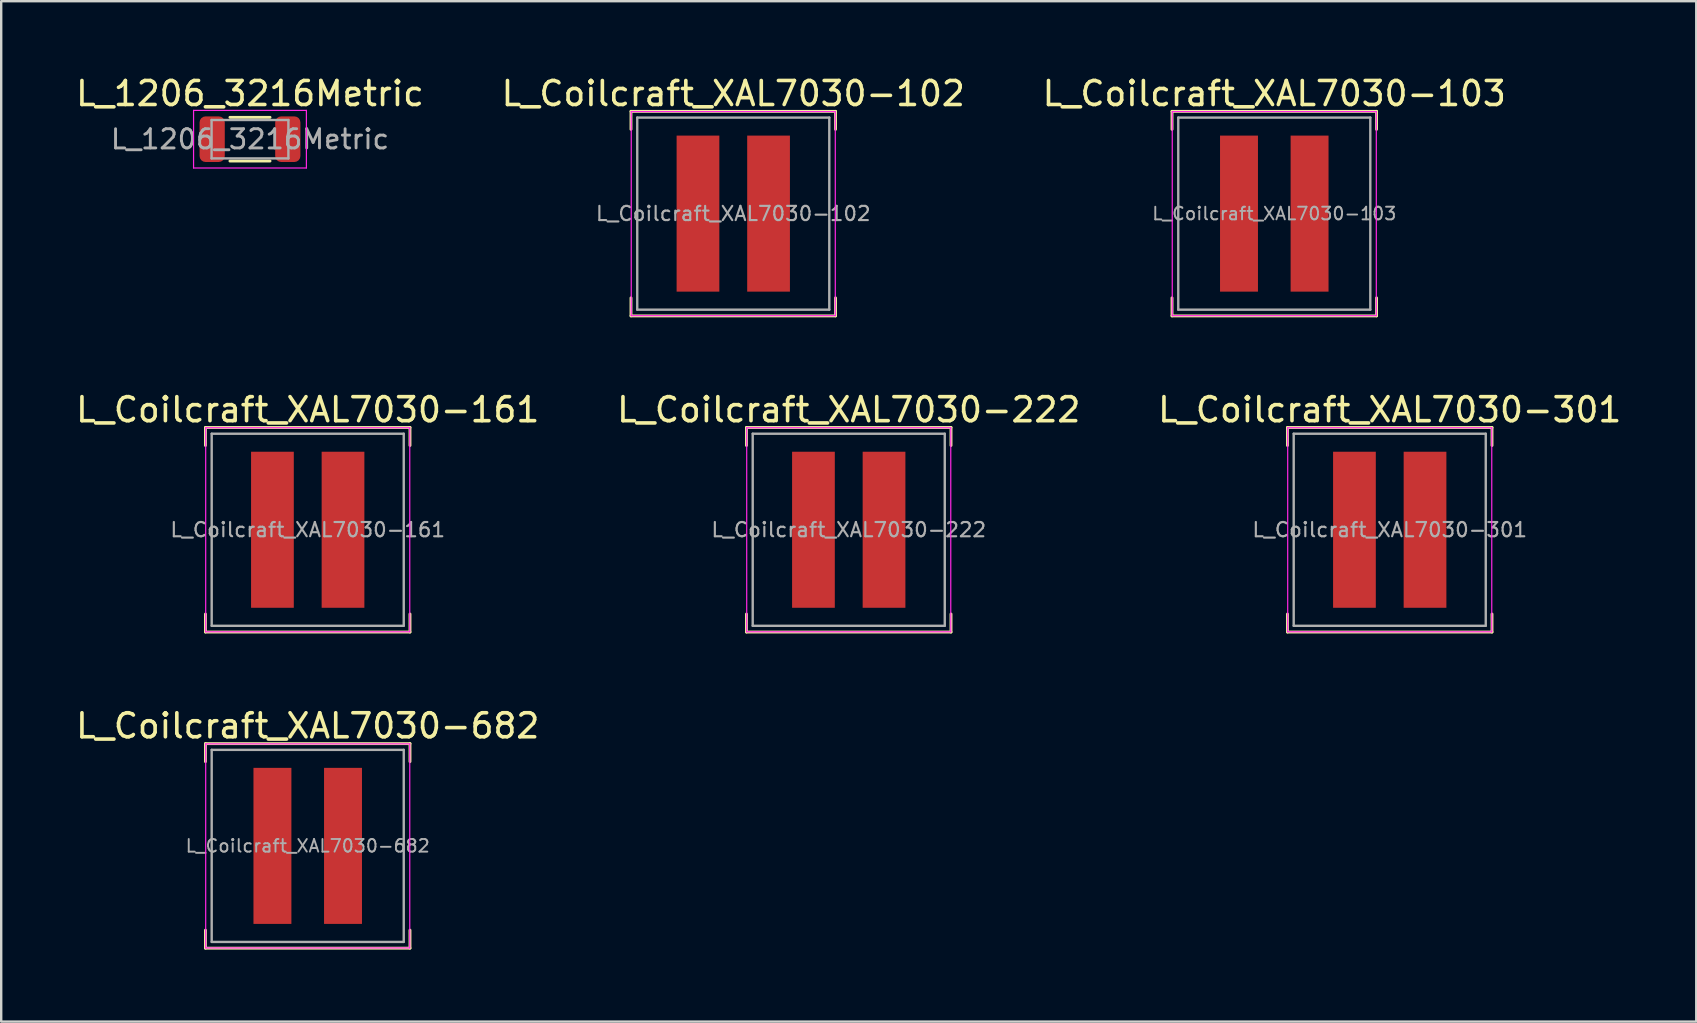
<source format=kicad_pcb>
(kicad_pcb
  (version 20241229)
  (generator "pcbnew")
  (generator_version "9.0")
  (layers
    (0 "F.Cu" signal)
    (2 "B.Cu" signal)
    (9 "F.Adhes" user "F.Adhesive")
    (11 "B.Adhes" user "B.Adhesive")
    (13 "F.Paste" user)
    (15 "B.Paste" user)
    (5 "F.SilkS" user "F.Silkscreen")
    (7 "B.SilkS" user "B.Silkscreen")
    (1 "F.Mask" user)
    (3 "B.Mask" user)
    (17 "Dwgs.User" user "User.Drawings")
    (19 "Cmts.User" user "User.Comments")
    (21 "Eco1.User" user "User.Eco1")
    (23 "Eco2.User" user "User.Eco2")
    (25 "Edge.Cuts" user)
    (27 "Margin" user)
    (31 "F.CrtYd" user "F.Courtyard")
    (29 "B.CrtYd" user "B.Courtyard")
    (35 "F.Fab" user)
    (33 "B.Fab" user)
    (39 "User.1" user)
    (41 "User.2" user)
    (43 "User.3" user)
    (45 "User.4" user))
  (footprint "L_Coilcraft_XAL7030-682"
    (layer "F.Cu")
    (at 9.768 32.185)
    (property "Reference" "L_Coilcraft_XAL7030-682" (at 0 -5 0) (layer "F.SilkS") (effects (font (size 1 1) (thickness 0.15))))
    (attr smd)
    (fp_line (start -4.26 -4.26) (end -4.26 -3.51) (stroke (width 0.12) (type solid)) (layer "F.SilkS"))
    (fp_line (start -4.26 -4.26) (end 4.26 -4.26) (stroke (width 0.12) (type solid)) (layer "F.SilkS"))
    (fp_line (start -4.26 4.26) (end -4.26 3.51) (stroke (width 0.12) (type solid)) (layer "F.SilkS"))
    (fp_line (start -4.26 4.26) (end 4.26 4.26) (stroke (width 0.12) (type solid)) (layer "F.SilkS"))
    (fp_line (start 4.26 -4.26) (end 4.26 -3.51) (stroke (width 0.12) (type solid)) (layer "F.SilkS"))
    (fp_line (start 4.26 4.26) (end 4.26 3.51) (stroke (width 0.12) (type solid)) (layer "F.SilkS"))
    (fp_line (start -4.25 -4.25) (end -4.25 4.25) (stroke (width 0.05) (type solid)) (layer "F.CrtYd"))
    (fp_line (start -4.25 4.25) (end 4.25 4.25) (stroke (width 0.05) (type solid)) (layer "F.CrtYd"))
    (fp_line (start 4.25 -4.25) (end -4.25 -4.25) (stroke (width 0.05) (type solid)) (layer "F.CrtYd"))
    (fp_line (start 4.25 4.25) (end 4.25 -4.25) (stroke (width 0.05) (type solid)) (layer "F.CrtYd"))
    (fp_line (start -4 -4) (end -4 4) (stroke (width 0.1) (type solid)) (layer "F.Fab"))
    (fp_line (start -4 4) (end 4 4) (stroke (width 0.1) (type solid)) (layer "F.Fab"))
    (fp_line (start 4 -4) (end -4 -4) (stroke (width 0.1) (type solid)) (layer "F.Fab"))
    (fp_line (start 4 4) (end 4 -4) (stroke (width 0.1) (type solid)) (layer "F.Fab"))
    (fp_text user "${REFERENCE}" (at 0 0 0) (layer "F.Fab") (effects (font (size 0.527 0.527) (thickness 0.079))))
    (pad "1" smd rect (at -1.47 0) (size 1.58 6.5) (layers "F.Cu" "F.Mask" "F.Paste"))
    (pad "2" smd rect (at 1.47 0) (size 1.58 6.5) (layers "F.Cu" "F.Mask" "F.Paste")))
  (footprint "L_Coilcraft_XAL7030-301"
    (layer "F.Cu")
    (at 54.839 19.017)
    (property "Reference" "L_Coilcraft_XAL7030-301" (at 0 -5 0) (layer "F.SilkS") (effects (font (size 1 1) (thickness 0.15))))
    (attr smd)
    (fp_line (start -4.26 -4.26) (end -4.26 -3.51) (stroke (width 0.12) (type solid)) (layer "F.SilkS"))
    (fp_line (start -4.26 -4.26) (end 4.26 -4.26) (stroke (width 0.12) (type solid)) (layer "F.SilkS"))
    (fp_line (start -4.26 4.26) (end -4.26 3.51) (stroke (width 0.12) (type solid)) (layer "F.SilkS"))
    (fp_line (start -4.26 4.26) (end 4.26 4.26) (stroke (width 0.12) (type solid)) (layer "F.SilkS"))
    (fp_line (start 4.26 -4.26) (end 4.26 -3.51) (stroke (width 0.12) (type solid)) (layer "F.SilkS"))
    (fp_line (start 4.26 4.26) (end 4.26 3.51) (stroke (width 0.12) (type solid)) (layer "F.SilkS"))
    (fp_line (start -4.25 -4.25) (end -4.25 4.25) (stroke (width 0.05) (type solid)) (layer "F.CrtYd"))
    (fp_line (start -4.25 4.25) (end 4.25 4.25) (stroke (width 0.05) (type solid)) (layer "F.CrtYd"))
    (fp_line (start 4.25 -4.25) (end -4.25 -4.25) (stroke (width 0.05) (type solid)) (layer "F.CrtYd"))
    (fp_line (start 4.25 4.25) (end 4.25 -4.25) (stroke (width 0.05) (type solid)) (layer "F.CrtYd"))
    (fp_line (start -4 -4) (end -4 4) (stroke (width 0.1) (type solid)) (layer "F.Fab"))
    (fp_line (start -4 4) (end 4 4) (stroke (width 0.1) (type solid)) (layer "F.Fab"))
    (fp_line (start 4 -4) (end -4 -4) (stroke (width 0.1) (type solid)) (layer "F.Fab"))
    (fp_line (start 4 4) (end 4 -4) (stroke (width 0.1) (type solid)) (layer "F.Fab"))
    (fp_text user "${REFERENCE}" (at 0 0 0) (layer "F.Fab") (effects (font (size 0.593 0.593) (thickness 0.089))))
    (pad "1" smd rect (at -1.47 0) (size 1.78 6.5) (layers "F.Cu" "F.Mask" "F.Paste"))
    (pad "2" smd rect (at 1.47 0) (size 1.78 6.5) (layers "F.Cu" "F.Mask" "F.Paste")))
  (footprint "L_Coilcraft_XAL7030-161"
    (layer "F.Cu")
    (at 9.768 19.017)
    (property "Reference" "L_Coilcraft_XAL7030-161" (at 0 -5 0) (layer "F.SilkS") (effects (font (size 1 1) (thickness 0.15))))
    (attr smd)
    (fp_line (start -4.26 -4.26) (end -4.26 -3.51) (stroke (width 0.12) (type solid)) (layer "F.SilkS"))
    (fp_line (start -4.26 -4.26) (end 4.26 -4.26) (stroke (width 0.12) (type solid)) (layer "F.SilkS"))
    (fp_line (start -4.26 4.26) (end -4.26 3.51) (stroke (width 0.12) (type solid)) (layer "F.SilkS"))
    (fp_line (start -4.26 4.26) (end 4.26 4.26) (stroke (width 0.12) (type solid)) (layer "F.SilkS"))
    (fp_line (start 4.26 -4.26) (end 4.26 -3.51) (stroke (width 0.12) (type solid)) (layer "F.SilkS"))
    (fp_line (start 4.26 4.26) (end 4.26 3.51) (stroke (width 0.12) (type solid)) (layer "F.SilkS"))
    (fp_line (start -4.25 -4.25) (end -4.25 4.25) (stroke (width 0.05) (type solid)) (layer "F.CrtYd"))
    (fp_line (start -4.25 4.25) (end 4.25 4.25) (stroke (width 0.05) (type solid)) (layer "F.CrtYd"))
    (fp_line (start 4.25 -4.25) (end -4.25 -4.25) (stroke (width 0.05) (type solid)) (layer "F.CrtYd"))
    (fp_line (start 4.25 4.25) (end 4.25 -4.25) (stroke (width 0.05) (type solid)) (layer "F.CrtYd"))
    (fp_line (start -4 -4) (end -4 4) (stroke (width 0.1) (type solid)) (layer "F.Fab"))
    (fp_line (start -4 4) (end 4 4) (stroke (width 0.1) (type solid)) (layer "F.Fab"))
    (fp_line (start 4 -4) (end -4 -4) (stroke (width 0.1) (type solid)) (layer "F.Fab"))
    (fp_line (start 4 4) (end 4 -4) (stroke (width 0.1) (type solid)) (layer "F.Fab"))
    (fp_text user "${REFERENCE}" (at 0 0 0) (layer "F.Fab") (effects (font (size 0.593 0.593) (thickness 0.089))))
    (pad "1" smd rect (at -1.47 0) (size 1.78 6.5) (layers "F.Cu" "F.Mask" "F.Paste"))
    (pad "2" smd rect (at 1.47 0) (size 1.78 6.5) (layers "F.Cu" "F.Mask" "F.Paste")))
  (footprint "L_Coilcraft_XAL7030-102"
    (layer "F.Cu")
    (at 27.494 5.848)
    (property "Reference" "L_Coilcraft_XAL7030-102" (at 0 -5 0) (layer "F.SilkS") (effects (font (size 1 1) (thickness 0.15))))
    (attr smd)
    (fp_line (start -4.26 -4.26) (end -4.26 -3.51) (stroke (width 0.12) (type solid)) (layer "F.SilkS"))
    (fp_line (start -4.26 -4.26) (end 4.26 -4.26) (stroke (width 0.12) (type solid)) (layer "F.SilkS"))
    (fp_line (start -4.26 4.26) (end -4.26 3.51) (stroke (width 0.12) (type solid)) (layer "F.SilkS"))
    (fp_line (start -4.26 4.26) (end 4.26 4.26) (stroke (width 0.12) (type solid)) (layer "F.SilkS"))
    (fp_line (start 4.26 -4.26) (end 4.26 -3.51) (stroke (width 0.12) (type solid)) (layer "F.SilkS"))
    (fp_line (start 4.26 4.26) (end 4.26 3.51) (stroke (width 0.12) (type solid)) (layer "F.SilkS"))
    (fp_line (start -4.25 -4.25) (end -4.25 4.25) (stroke (width 0.05) (type solid)) (layer "F.CrtYd"))
    (fp_line (start -4.25 4.25) (end 4.25 4.25) (stroke (width 0.05) (type solid)) (layer "F.CrtYd"))
    (fp_line (start 4.25 -4.25) (end -4.25 -4.25) (stroke (width 0.05) (type solid)) (layer "F.CrtYd"))
    (fp_line (start 4.25 4.25) (end 4.25 -4.25) (stroke (width 0.05) (type solid)) (layer "F.CrtYd"))
    (fp_line (start -4 -4) (end -4 4) (stroke (width 0.1) (type solid)) (layer "F.Fab"))
    (fp_line (start -4 4) (end 4 4) (stroke (width 0.1) (type solid)) (layer "F.Fab"))
    (fp_line (start 4 -4) (end -4 -4) (stroke (width 0.1) (type solid)) (layer "F.Fab"))
    (fp_line (start 4 4) (end 4 -4) (stroke (width 0.1) (type solid)) (layer "F.Fab"))
    (fp_text user "${REFERENCE}" (at 0 0 0) (layer "F.Fab") (effects (font (size 0.593 0.593) (thickness 0.089))))
    (pad "1" smd rect (at -1.47 0) (size 1.78 6.5) (layers "F.Cu" "F.Mask" "F.Paste"))
    (pad "2" smd rect (at 1.47 0) (size 1.78 6.5) (layers "F.Cu" "F.Mask" "F.Paste")))
  (footprint "L_1206_3216Metric"
    (layer "F.Cu")
    (at 7.363 2.748)
    (property "Reference" "L_1206_3216Metric" (at 0 -1.9 0) (layer "F.SilkS") (effects (font (size 1 1) (thickness 0.15))))
    (attr smd)
    (fp_line (start -0.835 -0.91) (end 0.835 -0.91) (stroke (width 0.12) (type solid)) (layer "F.SilkS"))
    (fp_line (start -0.835 0.91) (end 0.835 0.91) (stroke (width 0.12) (type solid)) (layer "F.SilkS"))
    (fp_line (start -2.35 -1.2) (end 2.35 -1.2) (stroke (width 0.05) (type solid)) (layer "F.CrtYd"))
    (fp_line (start -2.35 1.2) (end -2.35 -1.2) (stroke (width 0.05) (type solid)) (layer "F.CrtYd"))
    (fp_line (start 2.35 -1.2) (end 2.35 1.2) (stroke (width 0.05) (type solid)) (layer "F.CrtYd"))
    (fp_line (start 2.35 1.2) (end -2.35 1.2) (stroke (width 0.05) (type solid)) (layer "F.CrtYd"))
    (fp_line (start -1.6 -0.8) (end 1.6 -0.8) (stroke (width 0.1) (type solid)) (layer "F.Fab"))
    (fp_line (start -1.6 0.8) (end -1.6 -0.8) (stroke (width 0.1) (type solid)) (layer "F.Fab"))
    (fp_line (start 1.6 -0.8) (end 1.6 0.8) (stroke (width 0.1) (type solid)) (layer "F.Fab"))
    (fp_line (start 1.6 0.8) (end -1.6 0.8) (stroke (width 0.1) (type solid)) (layer "F.Fab"))
    (fp_text user "${REFERENCE}" (at 0 0 0) (layer "F.Fab") (effects (font (size 0.8 0.8) (thickness 0.12))))
    (pad "1" smd roundrect (at -1.575 0) (size 1.05 1.9) (layers "F.Cu" "F.Mask" "F.Paste") (roundrect_rratio 0.238))
    (pad "2" smd roundrect (at 1.575 0) (size 1.05 1.9) (layers "F.Cu" "F.Mask" "F.Paste") (roundrect_rratio 0.238)))
  (footprint "L_Coilcraft_XAL7030-103"
    (layer "F.Cu")
    (at 50.03 5.848)
    (property "Reference" "L_Coilcraft_XAL7030-103" (at 0 -5 0) (layer "F.SilkS") (effects (font (size 1 1) (thickness 0.15))))
    (attr smd)
    (fp_line (start -4.26 -4.26) (end -4.26 -3.51) (stroke (width 0.12) (type solid)) (layer "F.SilkS"))
    (fp_line (start -4.26 -4.26) (end 4.26 -4.26) (stroke (width 0.12) (type solid)) (layer "F.SilkS"))
    (fp_line (start -4.26 4.26) (end -4.26 3.51) (stroke (width 0.12) (type solid)) (layer "F.SilkS"))
    (fp_line (start -4.26 4.26) (end 4.26 4.26) (stroke (width 0.12) (type solid)) (layer "F.SilkS"))
    (fp_line (start 4.26 -4.26) (end 4.26 -3.51) (stroke (width 0.12) (type solid)) (layer "F.SilkS"))
    (fp_line (start 4.26 4.26) (end 4.26 3.51) (stroke (width 0.12) (type solid)) (layer "F.SilkS"))
    (fp_line (start -4.25 -4.25) (end -4.25 4.25) (stroke (width 0.05) (type solid)) (layer "F.CrtYd"))
    (fp_line (start -4.25 4.25) (end 4.25 4.25) (stroke (width 0.05) (type solid)) (layer "F.CrtYd"))
    (fp_line (start 4.25 -4.25) (end -4.25 -4.25) (stroke (width 0.05) (type solid)) (layer "F.CrtYd"))
    (fp_line (start 4.25 4.25) (end 4.25 -4.25) (stroke (width 0.05) (type solid)) (layer "F.CrtYd"))
    (fp_line (start -4 -4) (end -4 4) (stroke (width 0.1) (type solid)) (layer "F.Fab"))
    (fp_line (start -4 4) (end 4 4) (stroke (width 0.1) (type solid)) (layer "F.Fab"))
    (fp_line (start 4 -4) (end -4 -4) (stroke (width 0.1) (type solid)) (layer "F.Fab"))
    (fp_line (start 4 4) (end 4 -4) (stroke (width 0.1) (type solid)) (layer "F.Fab"))
    (fp_text user "${REFERENCE}" (at 0 0 0) (layer "F.Fab") (effects (font (size 0.527 0.527) (thickness 0.079))))
    (pad "1" smd rect (at -1.47 0) (size 1.58 6.5) (layers "F.Cu" "F.Mask" "F.Paste"))
    (pad "2" smd rect (at 1.47 0) (size 1.58 6.5) (layers "F.Cu" "F.Mask" "F.Paste")))
  (footprint "L_Coilcraft_XAL7030-222"
    (layer "F.Cu")
    (at 32.304 19.017)
    (property "Reference" "L_Coilcraft_XAL7030-222" (at 0 -5 0) (layer "F.SilkS") (effects (font (size 1 1) (thickness 0.15))))
    (attr smd)
    (fp_line (start -4.26 -4.26) (end -4.26 -3.51) (stroke (width 0.12) (type solid)) (layer "F.SilkS"))
    (fp_line (start -4.26 -4.26) (end 4.26 -4.26) (stroke (width 0.12) (type solid)) (layer "F.SilkS"))
    (fp_line (start -4.26 4.26) (end -4.26 3.51) (stroke (width 0.12) (type solid)) (layer "F.SilkS"))
    (fp_line (start -4.26 4.26) (end 4.26 4.26) (stroke (width 0.12) (type solid)) (layer "F.SilkS"))
    (fp_line (start 4.26 -4.26) (end 4.26 -3.51) (stroke (width 0.12) (type solid)) (layer "F.SilkS"))
    (fp_line (start 4.26 4.26) (end 4.26 3.51) (stroke (width 0.12) (type solid)) (layer "F.SilkS"))
    (fp_line (start -4.25 -4.25) (end -4.25 4.25) (stroke (width 0.05) (type solid)) (layer "F.CrtYd"))
    (fp_line (start -4.25 4.25) (end 4.25 4.25) (stroke (width 0.05) (type solid)) (layer "F.CrtYd"))
    (fp_line (start 4.25 -4.25) (end -4.25 -4.25) (stroke (width 0.05) (type solid)) (layer "F.CrtYd"))
    (fp_line (start 4.25 4.25) (end 4.25 -4.25) (stroke (width 0.05) (type solid)) (layer "F.CrtYd"))
    (fp_line (start -4 -4) (end -4 4) (stroke (width 0.1) (type solid)) (layer "F.Fab"))
    (fp_line (start -4 4) (end 4 4) (stroke (width 0.1) (type solid)) (layer "F.Fab"))
    (fp_line (start 4 -4) (end -4 -4) (stroke (width 0.1) (type solid)) (layer "F.Fab"))
    (fp_line (start 4 4) (end 4 -4) (stroke (width 0.1) (type solid)) (layer "F.Fab"))
    (fp_text user "${REFERENCE}" (at 0 0 0) (layer "F.Fab") (effects (font (size 0.593 0.593) (thickness 0.089))))
    (pad "1" smd rect (at -1.47 0) (size 1.78 6.5) (layers "F.Cu" "F.Mask" "F.Paste"))
    (pad "2" smd rect (at 1.47 0) (size 1.78 6.5) (layers "F.Cu" "F.Mask" "F.Paste")))
  (gr_rect
    (start -3 -3)
    (end 67.607 39.505)
    (stroke (width 0.1) (type default))
    (fill no)
    (layer "Edge.Cuts")))
</source>
